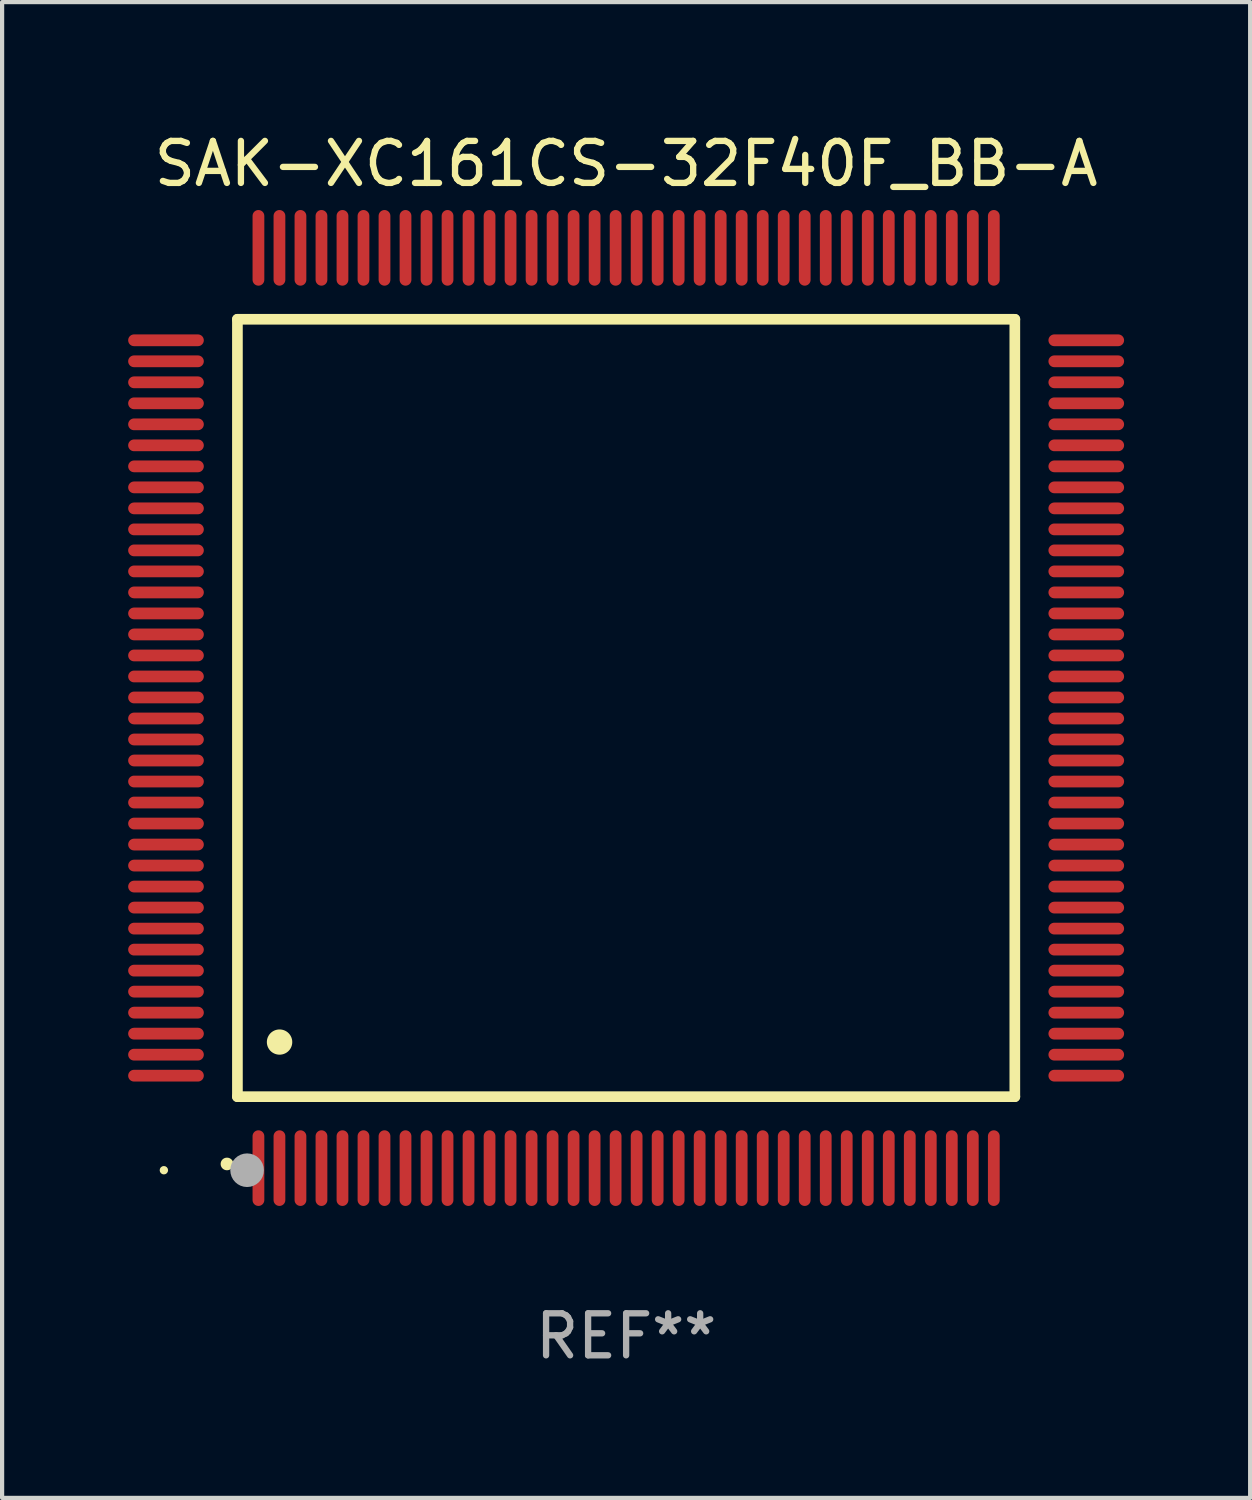
<source format=kicad_pcb>
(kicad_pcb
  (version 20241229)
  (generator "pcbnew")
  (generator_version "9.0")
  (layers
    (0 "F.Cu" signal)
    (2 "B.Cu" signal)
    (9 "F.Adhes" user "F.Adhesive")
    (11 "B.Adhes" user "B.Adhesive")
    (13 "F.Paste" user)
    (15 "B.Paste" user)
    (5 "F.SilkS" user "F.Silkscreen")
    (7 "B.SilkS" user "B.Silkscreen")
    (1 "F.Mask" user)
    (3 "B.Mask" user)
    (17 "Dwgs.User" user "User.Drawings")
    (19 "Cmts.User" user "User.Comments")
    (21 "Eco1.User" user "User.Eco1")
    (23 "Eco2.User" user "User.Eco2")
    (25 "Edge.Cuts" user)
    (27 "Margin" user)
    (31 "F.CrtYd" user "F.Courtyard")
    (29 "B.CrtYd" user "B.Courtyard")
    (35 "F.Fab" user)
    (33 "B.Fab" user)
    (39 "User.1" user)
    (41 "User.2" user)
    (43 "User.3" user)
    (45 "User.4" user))
  (footprint "SAK-XC161CS-32F40F_BB-A"
    (layer "F.Cu")
    (at 11.85 13.798)
    (property "Reference" "SAK-XC161CS-32F40F_BB-A" (at 0 -12.95 0) (layer "F.SilkS") (effects (font (size 1 1) (thickness 0.15))))
    (attr through_hole)
    (fp_line (start -9.25 -9.25) (end -9.25 9.25) (stroke (width 0.254) (type solid)) (layer "F.SilkS"))
    (fp_line (start -9.25 9.25) (end 9.25 9.25) (stroke (width 0.254) (type solid)) (layer "F.SilkS"))
    (fp_line (start 9.25 -9.25) (end -9.25 -9.25) (stroke (width 0.254) (type solid)) (layer "F.SilkS"))
    (fp_line (start 9.25 9.25) (end 9.25 -9.25) (stroke (width 0.254) (type solid)) (layer "F.SilkS"))
    (fp_arc (start -9.499619 10.850902) (mid -9.498349 10.850897) (end -9.497079 10.850902) (stroke (width 0.3) (type solid)) (layer "F.SilkS"))
    (fp_arc (start -8.249936 7.950216) (mid -8.247396 7.950205) (end -8.244856 7.950216) (stroke (width 0.6) (type solid)) (layer "F.SilkS"))
    (fp_circle (center -11 11) (end -10.95 11) (stroke (width 0.1) (type solid)) (fill no) (layer "F.SilkS"))
    (fp_circle (center -9.02 11) (end -8.82 11) (stroke (width 0.4) (type solid)) (fill no) (layer "F.Fab"))
    (fp_text user "REF**" (at 0 14.95 0) (layer "F.Fab") (effects (font (size 1 1) (thickness 0.15))))
    (pad "1" smd oval (at -8.75 10.95) (size 0.28 1.8) (layers "F.Cu" "F.Mask" "F.Paste"))
    (pad "2" smd oval (at -8.25 10.95) (size 0.28 1.8) (layers "F.Cu" "F.Mask" "F.Paste"))
    (pad "3" smd oval (at -7.75 10.95) (size 0.28 1.8) (layers "F.Cu" "F.Mask" "F.Paste"))
    (pad "4" smd oval (at -7.25 10.95) (size 0.28 1.8) (layers "F.Cu" "F.Mask" "F.Paste"))
    (pad "5" smd oval (at -6.75 10.95) (size 0.28 1.8) (layers "F.Cu" "F.Mask" "F.Paste"))
    (pad "6" smd oval (at -6.25 10.95) (size 0.28 1.8) (layers "F.Cu" "F.Mask" "F.Paste"))
    (pad "7" smd oval (at -5.75 10.95) (size 0.28 1.8) (layers "F.Cu" "F.Mask" "F.Paste"))
    (pad "8" smd oval (at -5.25 10.95) (size 0.28 1.8) (layers "F.Cu" "F.Mask" "F.Paste"))
    (pad "9" smd oval (at -4.75 10.95) (size 0.28 1.8) (layers "F.Cu" "F.Mask" "F.Paste"))
    (pad "10" smd oval (at -4.25 10.95) (size 0.28 1.8) (layers "F.Cu" "F.Mask" "F.Paste"))
    (pad "11" smd oval (at -3.75 10.95) (size 0.28 1.8) (layers "F.Cu" "F.Mask" "F.Paste"))
    (pad "12" smd oval (at -3.25 10.95) (size 0.28 1.8) (layers "F.Cu" "F.Mask" "F.Paste"))
    (pad "13" smd oval (at -2.75 10.95) (size 0.28 1.8) (layers "F.Cu" "F.Mask" "F.Paste"))
    (pad "14" smd oval (at -2.25 10.95) (size 0.28 1.8) (layers "F.Cu" "F.Mask" "F.Paste"))
    (pad "15" smd oval (at -1.75 10.95) (size 0.28 1.8) (layers "F.Cu" "F.Mask" "F.Paste"))
    (pad "16" smd oval (at -1.25 10.95) (size 0.28 1.8) (layers "F.Cu" "F.Mask" "F.Paste"))
    (pad "17" smd oval (at -0.75 10.95) (size 0.28 1.8) (layers "F.Cu" "F.Mask" "F.Paste"))
    (pad "18" smd oval (at -0.25 10.95) (size 0.28 1.8) (layers "F.Cu" "F.Mask" "F.Paste"))
    (pad "19" smd oval (at 0.25 10.95) (size 0.28 1.8) (layers "F.Cu" "F.Mask" "F.Paste"))
    (pad "20" smd oval (at 0.75 10.95) (size 0.28 1.8) (layers "F.Cu" "F.Mask" "F.Paste"))
    (pad "21" smd oval (at 1.25 10.95) (size 0.28 1.8) (layers "F.Cu" "F.Mask" "F.Paste"))
    (pad "22" smd oval (at 1.75 10.95) (size 0.28 1.8) (layers "F.Cu" "F.Mask" "F.Paste"))
    (pad "23" smd oval (at 2.25 10.95) (size 0.28 1.8) (layers "F.Cu" "F.Mask" "F.Paste"))
    (pad "24" smd oval (at 2.75 10.95) (size 0.28 1.8) (layers "F.Cu" "F.Mask" "F.Paste"))
    (pad "25" smd oval (at 3.25 10.95) (size 0.28 1.8) (layers "F.Cu" "F.Mask" "F.Paste"))
    (pad "26" smd oval (at 3.75 10.95) (size 0.28 1.8) (layers "F.Cu" "F.Mask" "F.Paste"))
    (pad "27" smd oval (at 4.25 10.95) (size 0.28 1.8) (layers "F.Cu" "F.Mask" "F.Paste"))
    (pad "28" smd oval (at 4.75 10.95) (size 0.28 1.8) (layers "F.Cu" "F.Mask" "F.Paste"))
    (pad "29" smd oval (at 5.25 10.95) (size 0.28 1.8) (layers "F.Cu" "F.Mask" "F.Paste"))
    (pad "30" smd oval (at 5.75 10.95) (size 0.28 1.8) (layers "F.Cu" "F.Mask" "F.Paste"))
    (pad "31" smd oval (at 6.25 10.95) (size 0.28 1.8) (layers "F.Cu" "F.Mask" "F.Paste"))
    (pad "32" smd oval (at 6.75 10.95) (size 0.28 1.8) (layers "F.Cu" "F.Mask" "F.Paste"))
    (pad "33" smd oval (at 7.25 10.95) (size 0.28 1.8) (layers "F.Cu" "F.Mask" "F.Paste"))
    (pad "34" smd oval (at 7.75 10.95) (size 0.28 1.8) (layers "F.Cu" "F.Mask" "F.Paste"))
    (pad "35" smd oval (at 8.25 10.95) (size 0.28 1.8) (layers "F.Cu" "F.Mask" "F.Paste"))
    (pad "36" smd oval (at 8.75 10.95) (size 0.28 1.8) (layers "F.Cu" "F.Mask" "F.Paste"))
    (pad "37" smd oval (at 10.95 8.75) (size 1.8 0.28) (layers "F.Cu" "F.Mask" "F.Paste"))
    (pad "38" smd oval (at 10.95 8.25) (size 1.8 0.28) (layers "F.Cu" "F.Mask" "F.Paste"))
    (pad "39" smd oval (at 10.95 7.75) (size 1.8 0.28) (layers "F.Cu" "F.Mask" "F.Paste"))
    (pad "40" smd oval (at 10.95 7.25) (size 1.8 0.28) (layers "F.Cu" "F.Mask" "F.Paste"))
    (pad "41" smd oval (at 10.95 6.75) (size 1.8 0.28) (layers "F.Cu" "F.Mask" "F.Paste"))
    (pad "42" smd oval (at 10.95 6.25) (size 1.8 0.28) (layers "F.Cu" "F.Mask" "F.Paste"))
    (pad "43" smd oval (at 10.95 5.75) (size 1.8 0.28) (layers "F.Cu" "F.Mask" "F.Paste"))
    (pad "44" smd oval (at 10.95 5.25) (size 1.8 0.28) (layers "F.Cu" "F.Mask" "F.Paste"))
    (pad "45" smd oval (at 10.95 4.75) (size 1.8 0.28) (layers "F.Cu" "F.Mask" "F.Paste"))
    (pad "46" smd oval (at 10.95 4.25) (size 1.8 0.28) (layers "F.Cu" "F.Mask" "F.Paste"))
    (pad "47" smd oval (at 10.95 3.75) (size 1.8 0.28) (layers "F.Cu" "F.Mask" "F.Paste"))
    (pad "48" smd oval (at 10.95 3.25) (size 1.8 0.28) (layers "F.Cu" "F.Mask" "F.Paste"))
    (pad "49" smd oval (at 10.95 2.75) (size 1.8 0.28) (layers "F.Cu" "F.Mask" "F.Paste"))
    (pad "50" smd oval (at 10.95 2.25) (size 1.8 0.28) (layers "F.Cu" "F.Mask" "F.Paste"))
    (pad "51" smd oval (at 10.95 1.75) (size 1.8 0.28) (layers "F.Cu" "F.Mask" "F.Paste"))
    (pad "52" smd oval (at 10.95 1.25) (size 1.8 0.28) (layers "F.Cu" "F.Mask" "F.Paste"))
    (pad "53" smd oval (at 10.95 0.75) (size 1.8 0.28) (layers "F.Cu" "F.Mask" "F.Paste"))
    (pad "54" smd oval (at 10.95 0.25) (size 1.8 0.28) (layers "F.Cu" "F.Mask" "F.Paste"))
    (pad "55" smd oval (at 10.95 -0.25) (size 1.8 0.28) (layers "F.Cu" "F.Mask" "F.Paste"))
    (pad "56" smd oval (at 10.95 -0.75) (size 1.8 0.28) (layers "F.Cu" "F.Mask" "F.Paste"))
    (pad "57" smd oval (at 10.95 -1.25) (size 1.8 0.28) (layers "F.Cu" "F.Mask" "F.Paste"))
    (pad "58" smd oval (at 10.95 -1.75) (size 1.8 0.28) (layers "F.Cu" "F.Mask" "F.Paste"))
    (pad "59" smd oval (at 10.95 -2.25) (size 1.8 0.28) (layers "F.Cu" "F.Mask" "F.Paste"))
    (pad "60" smd oval (at 10.95 -2.75) (size 1.8 0.28) (layers "F.Cu" "F.Mask" "F.Paste"))
    (pad "61" smd oval (at 10.95 -3.25) (size 1.8 0.28) (layers "F.Cu" "F.Mask" "F.Paste"))
    (pad "62" smd oval (at 10.95 -3.75) (size 1.8 0.28) (layers "F.Cu" "F.Mask" "F.Paste"))
    (pad "63" smd oval (at 10.95 -4.25) (size 1.8 0.28) (layers "F.Cu" "F.Mask" "F.Paste"))
    (pad "64" smd oval (at 10.95 -4.75) (size 1.8 0.28) (layers "F.Cu" "F.Mask" "F.Paste"))
    (pad "65" smd oval (at 10.95 -5.25) (size 1.8 0.28) (layers "F.Cu" "F.Mask" "F.Paste"))
    (pad "66" smd oval (at 10.95 -5.75) (size 1.8 0.28) (layers "F.Cu" "F.Mask" "F.Paste"))
    (pad "67" smd oval (at 10.95 -6.25) (size 1.8 0.28) (layers "F.Cu" "F.Mask" "F.Paste"))
    (pad "68" smd oval (at 10.95 -6.75) (size 1.8 0.28) (layers "F.Cu" "F.Mask" "F.Paste"))
    (pad "69" smd oval (at 10.95 -7.25) (size 1.8 0.28) (layers "F.Cu" "F.Mask" "F.Paste"))
    (pad "70" smd oval (at 10.95 -7.75) (size 1.8 0.28) (layers "F.Cu" "F.Mask" "F.Paste"))
    (pad "71" smd oval (at 10.95 -8.25) (size 1.8 0.28) (layers "F.Cu" "F.Mask" "F.Paste"))
    (pad "72" smd oval (at 10.95 -8.75) (size 1.8 0.28) (layers "F.Cu" "F.Mask" "F.Paste"))
    (pad "73" smd oval (at 8.75 -10.95) (size 0.28 1.8) (layers "F.Cu" "F.Mask" "F.Paste"))
    (pad "74" smd oval (at 8.25 -10.95) (size 0.28 1.8) (layers "F.Cu" "F.Mask" "F.Paste"))
    (pad "75" smd oval (at 7.75 -10.95) (size 0.28 1.8) (layers "F.Cu" "F.Mask" "F.Paste"))
    (pad "76" smd oval (at 7.25 -10.95) (size 0.28 1.8) (layers "F.Cu" "F.Mask" "F.Paste"))
    (pad "77" smd oval (at 6.75 -10.95) (size 0.28 1.8) (layers "F.Cu" "F.Mask" "F.Paste"))
    (pad "78" smd oval (at 6.25 -10.95) (size 0.28 1.8) (layers "F.Cu" "F.Mask" "F.Paste"))
    (pad "79" smd oval (at 5.75 -10.95) (size 0.28 1.8) (layers "F.Cu" "F.Mask" "F.Paste"))
    (pad "80" smd oval (at 5.25 -10.95) (size 0.28 1.8) (layers "F.Cu" "F.Mask" "F.Paste"))
    (pad "81" smd oval (at 4.75 -10.95) (size 0.28 1.8) (layers "F.Cu" "F.Mask" "F.Paste"))
    (pad "82" smd oval (at 4.25 -10.95) (size 0.28 1.8) (layers "F.Cu" "F.Mask" "F.Paste"))
    (pad "83" smd oval (at 3.75 -10.95) (size 0.28 1.8) (layers "F.Cu" "F.Mask" "F.Paste"))
    (pad "84" smd oval (at 3.25 -10.95) (size 0.28 1.8) (layers "F.Cu" "F.Mask" "F.Paste"))
    (pad "85" smd oval (at 2.75 -10.95) (size 0.28 1.8) (layers "F.Cu" "F.Mask" "F.Paste"))
    (pad "86" smd oval (at 2.25 -10.95) (size 0.28 1.8) (layers "F.Cu" "F.Mask" "F.Paste"))
    (pad "87" smd oval (at 1.75 -10.95) (size 0.28 1.8) (layers "F.Cu" "F.Mask" "F.Paste"))
    (pad "88" smd oval (at 1.25 -10.95) (size 0.28 1.8) (layers "F.Cu" "F.Mask" "F.Paste"))
    (pad "89" smd oval (at 0.75 -10.95) (size 0.28 1.8) (layers "F.Cu" "F.Mask" "F.Paste"))
    (pad "90" smd oval (at 0.25 -10.95) (size 0.28 1.8) (layers "F.Cu" "F.Mask" "F.Paste"))
    (pad "91" smd oval (at -0.25 -10.95) (size 0.28 1.8) (layers "F.Cu" "F.Mask" "F.Paste"))
    (pad "92" smd oval (at -0.75 -10.95) (size 0.28 1.8) (layers "F.Cu" "F.Mask" "F.Paste"))
    (pad "93" smd oval (at -1.25 -10.95) (size 0.28 1.8) (layers "F.Cu" "F.Mask" "F.Paste"))
    (pad "94" smd oval (at -1.75 -10.95) (size 0.28 1.8) (layers "F.Cu" "F.Mask" "F.Paste"))
    (pad "95" smd oval (at -2.25 -10.95) (size 0.28 1.8) (layers "F.Cu" "F.Mask" "F.Paste"))
    (pad "96" smd oval (at -2.75 -10.95) (size 0.28 1.8) (layers "F.Cu" "F.Mask" "F.Paste"))
    (pad "97" smd oval (at -3.25 -10.95) (size 0.28 1.8) (layers "F.Cu" "F.Mask" "F.Paste"))
    (pad "98" smd oval (at -3.75 -10.95) (size 0.28 1.8) (layers "F.Cu" "F.Mask" "F.Paste"))
    (pad "99" smd oval (at -4.25 -10.95) (size 0.28 1.8) (layers "F.Cu" "F.Mask" "F.Paste"))
    (pad "100" smd oval (at -4.75 -10.95) (size 0.28 1.8) (layers "F.Cu" "F.Mask" "F.Paste"))
    (pad "101" smd oval (at -5.25 -10.95) (size 0.28 1.8) (layers "F.Cu" "F.Mask" "F.Paste"))
    (pad "102" smd oval (at -5.75 -10.95) (size 0.28 1.8) (layers "F.Cu" "F.Mask" "F.Paste"))
    (pad "103" smd oval (at -6.25 -10.95) (size 0.28 1.8) (layers "F.Cu" "F.Mask" "F.Paste"))
    (pad "104" smd oval (at -6.75 -10.95) (size 0.28 1.8) (layers "F.Cu" "F.Mask" "F.Paste"))
    (pad "105" smd oval (at -7.25 -10.95) (size 0.28 1.8) (layers "F.Cu" "F.Mask" "F.Paste"))
    (pad "106" smd oval (at -7.75 -10.95) (size 0.28 1.8) (layers "F.Cu" "F.Mask" "F.Paste"))
    (pad "107" smd oval (at -8.25 -10.95) (size 0.28 1.8) (layers "F.Cu" "F.Mask" "F.Paste"))
    (pad "108" smd oval (at -8.75 -10.95) (size 0.28 1.8) (layers "F.Cu" "F.Mask" "F.Paste"))
    (pad "109" smd oval (at -10.95 -8.75) (size 1.8 0.28) (layers "F.Cu" "F.Mask" "F.Paste"))
    (pad "110" smd oval (at -10.95 -8.25) (size 1.8 0.28) (layers "F.Cu" "F.Mask" "F.Paste"))
    (pad "111" smd oval (at -10.95 -7.75) (size 1.8 0.28) (layers "F.Cu" "F.Mask" "F.Paste"))
    (pad "112" smd oval (at -10.95 -7.25) (size 1.8 0.28) (layers "F.Cu" "F.Mask" "F.Paste"))
    (pad "113" smd oval (at -10.95 -6.75) (size 1.8 0.28) (layers "F.Cu" "F.Mask" "F.Paste"))
    (pad "114" smd oval (at -10.95 -6.25) (size 1.8 0.28) (layers "F.Cu" "F.Mask" "F.Paste"))
    (pad "115" smd oval (at -10.95 -5.75) (size 1.8 0.28) (layers "F.Cu" "F.Mask" "F.Paste"))
    (pad "116" smd oval (at -10.95 -5.25) (size 1.8 0.28) (layers "F.Cu" "F.Mask" "F.Paste"))
    (pad "117" smd oval (at -10.95 -4.75) (size 1.8 0.28) (layers "F.Cu" "F.Mask" "F.Paste"))
    (pad "118" smd oval (at -10.95 -4.25) (size 1.8 0.28) (layers "F.Cu" "F.Mask" "F.Paste"))
    (pad "119" smd oval (at -10.95 -3.75) (size 1.8 0.28) (layers "F.Cu" "F.Mask" "F.Paste"))
    (pad "120" smd oval (at -10.95 -3.25) (size 1.8 0.28) (layers "F.Cu" "F.Mask" "F.Paste"))
    (pad "121" smd oval (at -10.95 -2.75) (size 1.8 0.28) (layers "F.Cu" "F.Mask" "F.Paste"))
    (pad "122" smd oval (at -10.95 -2.25) (size 1.8 0.28) (layers "F.Cu" "F.Mask" "F.Paste"))
    (pad "123" smd oval (at -10.95 -1.75) (size 1.8 0.28) (layers "F.Cu" "F.Mask" "F.Paste"))
    (pad "124" smd oval (at -10.95 -1.25) (size 1.8 0.28) (layers "F.Cu" "F.Mask" "F.Paste"))
    (pad "125" smd oval (at -10.95 -0.75) (size 1.8 0.28) (layers "F.Cu" "F.Mask" "F.Paste"))
    (pad "126" smd oval (at -10.95 -0.25) (size 1.8 0.28) (layers "F.Cu" "F.Mask" "F.Paste"))
    (pad "127" smd oval (at -10.95 0.25) (size 1.8 0.28) (layers "F.Cu" "F.Mask" "F.Paste"))
    (pad "128" smd oval (at -10.95 0.75) (size 1.8 0.28) (layers "F.Cu" "F.Mask" "F.Paste"))
    (pad "129" smd oval (at -10.95 1.25) (size 1.8 0.28) (layers "F.Cu" "F.Mask" "F.Paste"))
    (pad "130" smd oval (at -10.95 1.75) (size 1.8 0.28) (layers "F.Cu" "F.Mask" "F.Paste"))
    (pad "131" smd oval (at -10.95 2.25) (size 1.8 0.28) (layers "F.Cu" "F.Mask" "F.Paste"))
    (pad "132" smd oval (at -10.95 2.75) (size 1.8 0.28) (layers "F.Cu" "F.Mask" "F.Paste"))
    (pad "133" smd oval (at -10.95 3.25) (size 1.8 0.28) (layers "F.Cu" "F.Mask" "F.Paste"))
    (pad "134" smd oval (at -10.95 3.75) (size 1.8 0.28) (layers "F.Cu" "F.Mask" "F.Paste"))
    (pad "135" smd oval (at -10.95 4.25) (size 1.8 0.28) (layers "F.Cu" "F.Mask" "F.Paste"))
    (pad "136" smd oval (at -10.95 4.75) (size 1.8 0.28) (layers "F.Cu" "F.Mask" "F.Paste"))
    (pad "137" smd oval (at -10.95 5.25) (size 1.8 0.28) (layers "F.Cu" "F.Mask" "F.Paste"))
    (pad "138" smd oval (at -10.95 5.75) (size 1.8 0.28) (layers "F.Cu" "F.Mask" "F.Paste"))
    (pad "139" smd oval (at -10.95 6.25) (size 1.8 0.28) (layers "F.Cu" "F.Mask" "F.Paste"))
    (pad "140" smd oval (at -10.95 6.75) (size 1.8 0.28) (layers "F.Cu" "F.Mask" "F.Paste"))
    (pad "141" smd oval (at -10.95 7.25) (size 1.8 0.28) (layers "F.Cu" "F.Mask" "F.Paste"))
    (pad "142" smd oval (at -10.95 7.75) (size 1.8 0.28) (layers "F.Cu" "F.Mask" "F.Paste"))
    (pad "143" smd oval (at -10.95 8.25) (size 1.8 0.28) (layers "F.Cu" "F.Mask" "F.Paste"))
    (pad "144" smd oval (at -10.95 8.75) (size 1.8 0.28) (layers "F.Cu" "F.Mask" "F.Paste")))
  (gr_rect
    (start -3 -3)
    (end 26.7 32.596)
    (stroke (width 0.1) (type default))
    (fill no)
    (layer "Edge.Cuts")))
</source>
